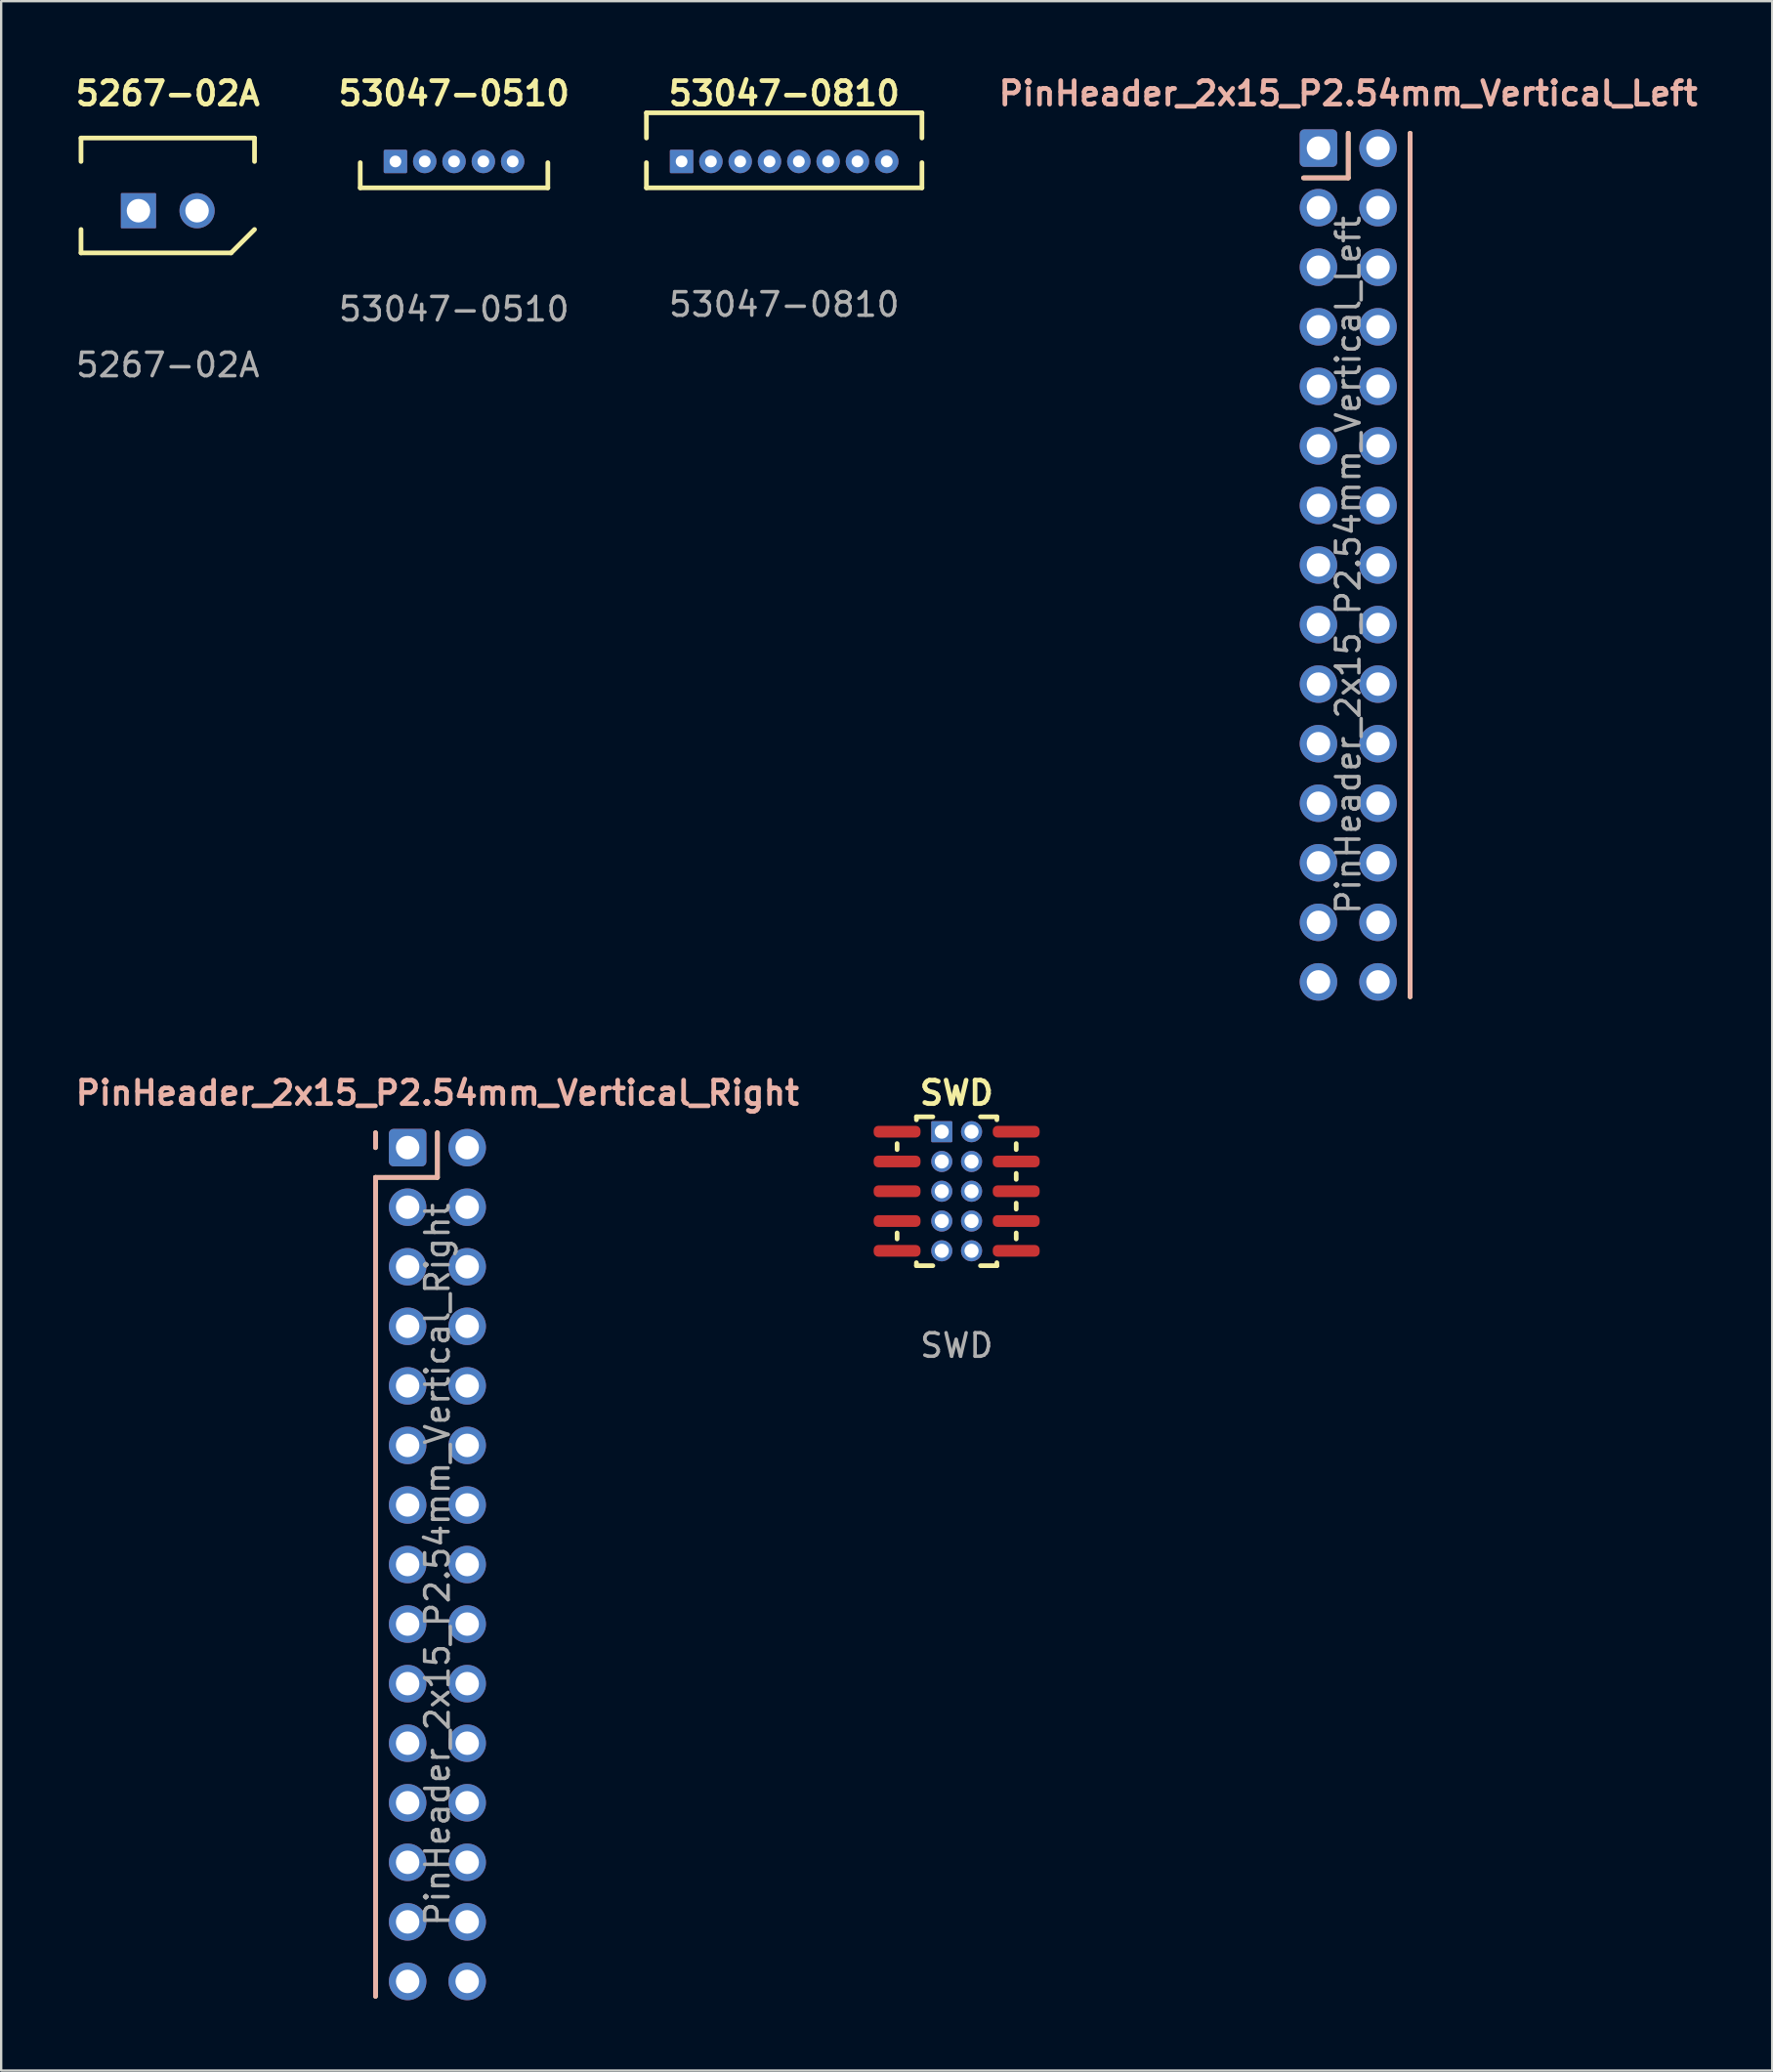
<source format=kicad_pcb>
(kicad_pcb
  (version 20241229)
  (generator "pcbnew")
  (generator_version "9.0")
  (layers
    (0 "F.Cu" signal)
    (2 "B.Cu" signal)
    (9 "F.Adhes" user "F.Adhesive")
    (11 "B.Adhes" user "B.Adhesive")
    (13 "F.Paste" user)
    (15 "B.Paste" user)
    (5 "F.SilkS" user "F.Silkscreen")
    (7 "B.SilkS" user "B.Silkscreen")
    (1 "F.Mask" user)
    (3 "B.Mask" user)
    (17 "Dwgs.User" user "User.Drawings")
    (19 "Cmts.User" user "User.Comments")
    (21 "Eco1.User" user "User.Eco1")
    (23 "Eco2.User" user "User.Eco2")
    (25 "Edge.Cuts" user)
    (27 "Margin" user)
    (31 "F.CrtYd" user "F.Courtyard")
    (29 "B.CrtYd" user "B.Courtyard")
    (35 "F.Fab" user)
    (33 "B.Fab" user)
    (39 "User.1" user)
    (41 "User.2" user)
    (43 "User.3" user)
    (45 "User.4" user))
  (footprint "5267-02A"
    (layer "F.Cu")
    (at 4.105 5.936)
    (property "Reference" "5267-02A" (at 0 -5 0) (unlocked yes) (layer "F.SilkS") (effects (font (size 1 1) (thickness 0.2) (bold yes))))
    (attr smd)
    (fp_line (start -3.7 -3.1) (end 3.7 -3.1) (stroke (width 0.2) (type default)) (layer "F.SilkS"))
    (fp_line (start -3.7 -2.1) (end -3.7 -3.1) (stroke (width 0.2) (type default)) (layer "F.SilkS"))
    (fp_line (start -3.7 1.8) (end -3.7 0.8) (stroke (width 0.2) (type default)) (layer "F.SilkS"))
    (fp_line (start -3.7 1.8) (end 2.7 1.8) (stroke (width 0.2) (type default)) (layer "F.SilkS"))
    (fp_line (start 3.7 -3.1) (end 3.7 -2.1) (stroke (width 0.2) (type default)) (layer "F.SilkS"))
    (fp_line (start 3.7 0.8) (end 2.7 1.8) (stroke (width 0.2) (type default)) (layer "F.SilkS"))
    (fp_text user "${REFERENCE}" (at 0 6.58 0) (unlocked yes) (layer "F.Fab") (effects (font (size 1 1) (thickness 0.15))))
    (pad "1" thru_hole roundrect (at -1.25 0) (size 1.5 1.5) (drill 1) (layers "*.Cu" "B.Mask") (roundrect_rratio 0.025))
    (pad "2" thru_hole circle (at 1.25 0) (size 1.5 1.5) (drill 1) (layers "*.Cu" "B.Mask")))
  (footprint "SWD"
    (layer "F.Cu")
    (at 37.75 47.753)
    (property "Reference" "SWD" (at 0 -4.191 0) (unlocked yes) (layer "F.SilkS") (effects (font (size 1 1) (thickness 0.2) (bold yes))))
    (attr through_hole)
    (fp_line (start -2.54 -2.032) (end -2.54 -1.778) (stroke (width 0.2) (type default)) (layer "F.SilkS"))
    (fp_line (start -2.54 1.778) (end -2.54 2.032) (stroke (width 0.2) (type default)) (layer "F.SilkS"))
    (fp_line (start -1.715 -3.175) (end -1.715 -3.048) (stroke (width 0.2) (type default)) (layer "F.SilkS"))
    (fp_line (start -1.715 3.175) (end -1.715 3.048) (stroke (width 0.2) (type default)) (layer "F.SilkS"))
    (fp_line (start -1.715 3.175) (end -1.016 3.175) (stroke (width 0.2) (type default)) (layer "F.SilkS"))
    (fp_line (start -1.016 -3.175) (end -1.715 -3.175) (stroke (width 0.2) (type default)) (layer "F.SilkS"))
    (fp_line (start 1.016 3.175) (end 1.715 3.175) (stroke (width 0.2) (type default)) (layer "F.SilkS"))
    (fp_line (start 1.715 -3.175) (end 1.016 -3.175) (stroke (width 0.2) (type default)) (layer "F.SilkS"))
    (fp_line (start 1.715 -3.175) (end 1.715 -3.048) (stroke (width 0.2) (type default)) (layer "F.SilkS"))
    (fp_line (start 1.715 3.175) (end 1.715 3.048) (stroke (width 0.2) (type default)) (layer "F.SilkS"))
    (fp_line (start 2.54 -2.032) (end 2.54 -1.778) (stroke (width 0.2) (type default)) (layer "F.SilkS"))
    (fp_line (start 2.54 -0.762) (end 2.54 -0.508) (stroke (width 0.2) (type default)) (layer "F.SilkS"))
    (fp_line (start 2.54 0.508) (end 2.54 0.762) (stroke (width 0.2) (type default)) (layer "F.SilkS"))
    (fp_line (start 2.54 1.778) (end 2.54 2.032) (stroke (width 0.2) (type default)) (layer "F.SilkS"))
    (fp_text user "${REFERENCE}" (at 0 6.58 0) (unlocked yes) (layer "F.Fab") (effects (font (size 1 1) (thickness 0.15))))
    (pad "1" smd roundrect (at -2.54 -2.54 180) (size 2 0.5) (layers "F.Cu" "F.Mask" "F.Paste") (roundrect_rratio 0.4))
    (pad "1" thru_hole roundrect (at -0.635 -2.54) (size 0.9 0.9) (drill 0.6) (layers "*.Cu" "*.Mask") (roundrect_rratio 0.05))
    (pad "2" thru_hole circle (at 0.635 -2.54) (size 0.9 0.9) (drill 0.6) (layers "*.Cu" "*.Mask"))
    (pad "2" smd roundrect (at 2.54 -2.54) (size 2 0.5) (layers "F.Cu" "F.Mask" "F.Paste") (roundrect_rratio 0.4))
    (pad "3" smd roundrect (at -2.54 -1.27 180) (size 2 0.5) (layers "F.Cu" "F.Mask" "F.Paste") (roundrect_rratio 0.4))
    (pad "3" thru_hole circle (at -0.635 -1.27) (size 0.9 0.9) (drill 0.6) (layers "*.Cu" "*.Mask"))
    (pad "4" thru_hole circle (at 0.635 -1.27) (size 0.9 0.9) (drill 0.6) (layers "*.Cu" "*.Mask"))
    (pad "4" smd roundrect (at 2.54 -1.27) (size 2 0.5) (layers "F.Cu" "F.Mask" "F.Paste") (roundrect_rratio 0.4))
    (pad "5" smd roundrect (at -2.54 0 180) (size 2 0.5) (layers "F.Cu" "F.Mask" "F.Paste") (roundrect_rratio 0.4))
    (pad "5" thru_hole circle (at -0.635 0) (size 0.9 0.9) (drill 0.6) (layers "*.Cu" "*.Mask"))
    (pad "6" thru_hole circle (at 0.635 0) (size 0.9 0.9) (drill 0.6) (layers "*.Cu" "*.Mask"))
    (pad "6" smd roundrect (at 2.54 0) (size 2 0.5) (layers "F.Cu" "F.Mask" "F.Paste") (roundrect_rratio 0.4))
    (pad "7" smd roundrect (at -2.54 1.27 180) (size 2 0.5) (layers "F.Cu" "F.Mask" "F.Paste") (roundrect_rratio 0.4))
    (pad "7" thru_hole circle (at -0.635 1.27) (size 0.9 0.9) (drill 0.6) (layers "*.Cu" "*.Mask"))
    (pad "8" thru_hole circle (at 0.635 1.27) (size 0.9 0.9) (drill 0.6) (layers "*.Cu" "*.Mask"))
    (pad "8" smd roundrect (at 2.54 1.27) (size 2 0.5) (layers "F.Cu" "F.Mask" "F.Paste") (roundrect_rratio 0.4))
    (pad "9" smd roundrect (at -2.54 2.54 180) (size 2 0.5) (layers "F.Cu" "F.Mask" "F.Paste") (roundrect_rratio 0.4))
    (pad "9" thru_hole circle (at -0.635 2.54) (size 0.9 0.9) (drill 0.6) (layers "*.Cu" "*.Mask"))
    (pad "10" thru_hole circle (at 0.635 2.54) (size 0.9 0.9) (drill 0.6) (layers "*.Cu" "*.Mask"))
    (pad "10" smd roundrect (at 2.54 2.54) (size 2 0.5) (layers "F.Cu" "F.Mask" "F.Paste") (roundrect_rratio 0.4)))
  (footprint "53047-0810"
    (layer "F.Cu")
    (at 30.394 3.836)
    (property "Reference" "53047-0810" (at 0 -2.9 0) (unlocked yes) (layer "F.SilkS") (effects (font (size 1 1) (thickness 0.2) (bold yes))))
    (attr smd)
    (fp_line (start -5.875 -2.075) (end -5.875 -1) (stroke (width 0.2) (type default)) (layer "F.SilkS"))
    (fp_line (start -5.875 -2.075) (end 5.875 -2.075) (stroke (width 0.2) (type default)) (layer "F.SilkS"))
    (fp_line (start -5.875 0.05) (end -5.875 1.125) (stroke (width 0.2) (type default)) (layer "F.SilkS"))
    (fp_line (start -5.875 1.125) (end 5.875 1.125) (stroke (width 0.2) (type default)) (layer "F.SilkS"))
    (fp_line (start 5.875 -2.075) (end 5.875 -1) (stroke (width 0.2) (type default)) (layer "F.SilkS"))
    (fp_line (start 5.875 0.05) (end 5.875 1.125) (stroke (width 0.2) (type default)) (layer "F.SilkS"))
    (fp_text user "${REFERENCE}" (at 0 6.1 0) (unlocked yes) (layer "F.Fab") (effects (font (size 1 1) (thickness 0.15))))
    (pad "1" thru_hole roundrect (at -4.375 0) (size 1 1) (drill 0.5) (layers "*.Cu" "*.Mask") (roundrect_rratio 0.05))
    (pad "2" thru_hole circle (at -3.125 0) (size 1 1) (drill 0.5) (layers "*.Cu" "*.Mask"))
    (pad "3" thru_hole circle (at -1.875 0) (size 1 1) (drill 0.5) (layers "*.Cu" "*.Mask"))
    (pad "4" thru_hole circle (at -0.625 0) (size 1 1) (drill 0.5) (layers "*.Cu" "*.Mask"))
    (pad "5" thru_hole circle (at 0.625 0) (size 1 1) (drill 0.5) (layers "*.Cu" "*.Mask"))
    (pad "6" thru_hole circle (at 1.875 0) (size 1 1) (drill 0.5) (layers "*.Cu" "*.Mask"))
    (pad "7" thru_hole circle (at 3.125 0) (size 1 1) (drill 0.5) (layers "*.Cu" "*.Mask"))
    (pad "8" thru_hole circle (at 4.375 0) (size 1 1) (drill 0.5) (layers "*.Cu" "*.Mask")))
  (footprint "53047-0510"
    (layer "F.Cu")
    (at 16.314 3.836)
    (property "Reference" "53047-0510" (at 0 -2.9 0) (unlocked yes) (layer "F.SilkS") (effects (font (size 1 1) (thickness 0.2) (bold yes))))
    (attr smd)
    (fp_line (start -4 0.05) (end -4 1.125) (stroke (width 0.2) (type default)) (layer "F.SilkS"))
    (fp_line (start -4 1.125) (end 4 1.125) (stroke (width 0.2) (type default)) (layer "F.SilkS"))
    (fp_line (start 4 0.05) (end 4 1.125) (stroke (width 0.2) (type default)) (layer "F.SilkS"))
    (fp_text user "${REFERENCE}" (at 0 6.3 0) (unlocked yes) (layer "F.Fab") (effects (font (size 1 1) (thickness 0.15))))
    (pad "1" thru_hole roundrect (at -2.5 0) (size 1 1) (drill 0.5) (layers "*.Cu" "*.Mask") (roundrect_rratio 0.062))
    (pad "2" thru_hole circle (at -1.25 0) (size 1 1) (drill 0.5) (layers "*.Cu" "*.Mask"))
    (pad "3" thru_hole circle (at 0 0) (size 1 1) (drill 0.5) (layers "*.Cu" "*.Mask"))
    (pad "4" thru_hole circle (at 1.25 0) (size 1 1) (drill 0.5) (layers "*.Cu" "*.Mask"))
    (pad "5" thru_hole circle (at 2.5 0) (size 1 1) (drill 0.5) (layers "*.Cu" "*.Mask")))
  (footprint "PinHeader_2x15_P2.54mm_Vertical_Right"
    (layer "F.Cu")
    (at 14.335 45.892)
    (property "Reference" "PinHeader_2x15_P2.54mm_Vertical_Right" (at 1.27 -2.33 0) (layer "B.SilkS") (effects (font (size 1 1) (thickness 0.2) (bold yes))))
    (attr through_hole)
    (fp_line (start -1.37 0) (end -1.37 -0.635) (stroke (width 0.2) (type solid)) (layer "F.SilkS"))
    (fp_line (start -1.37 1.27) (end -1.37 36.195) (stroke (width 0.2) (type solid)) (layer "F.SilkS"))
    (fp_line (start -1.37 1.27) (end 1.27 1.27) (stroke (width 0.2) (type solid)) (layer "F.SilkS"))
    (fp_line (start 1.27 1.27) (end 1.27 -0.635) (stroke (width 0.2) (type solid)) (layer "F.SilkS"))
    (fp_line (start -1.37 0) (end -1.37 -0.635) (stroke (width 0.2) (type solid)) (layer "B.SilkS"))
    (fp_line (start -1.37 1.27) (end -1.37 36.195) (stroke (width 0.2) (type solid)) (layer "B.SilkS"))
    (fp_line (start -1.37 1.27) (end 1.27 1.27) (stroke (width 0.2) (type solid)) (layer "B.SilkS"))
    (fp_line (start 1.27 1.27) (end 1.27 -0.635) (stroke (width 0.2) (type solid)) (layer "B.SilkS"))
    (fp_text user "${REFERENCE}" (at 1.27 17.78 90) (layer "F.Fab") (effects (font (size 1 1) (thickness 0.15))))
    (pad "1" thru_hole roundrect (at 0 0) (size 1.6 1.6) (drill 1) (layers "*.Cu" "*.Mask") (roundrect_rratio 0.125))
    (pad "2" thru_hole oval (at 2.54 0) (size 1.6 1.6) (drill 1) (layers "*.Cu" "*.Mask"))
    (pad "3" thru_hole oval (at 0 2.54) (size 1.6 1.6) (drill 1) (layers "*.Cu" "*.Mask"))
    (pad "4" thru_hole oval (at 2.54 2.54) (size 1.6 1.6) (drill 1) (layers "*.Cu" "*.Mask"))
    (pad "5" thru_hole oval (at 0 5.08) (size 1.6 1.6) (drill 1) (layers "*.Cu" "*.Mask"))
    (pad "6" thru_hole oval (at 2.54 5.08) (size 1.6 1.6) (drill 1) (layers "*.Cu" "*.Mask"))
    (pad "7" thru_hole oval (at 0 7.62) (size 1.6 1.6) (drill 1) (layers "*.Cu" "*.Mask"))
    (pad "8" thru_hole oval (at 2.54 7.62) (size 1.6 1.6) (drill 1) (layers "*.Cu" "*.Mask"))
    (pad "9" thru_hole oval (at 0 10.16) (size 1.6 1.6) (drill 1) (layers "*.Cu" "*.Mask"))
    (pad "10" thru_hole oval (at 2.54 10.16) (size 1.6 1.6) (drill 1) (layers "*.Cu" "*.Mask"))
    (pad "11" thru_hole oval (at 0 12.7) (size 1.6 1.6) (drill 1) (layers "*.Cu" "*.Mask"))
    (pad "12" thru_hole oval (at 2.54 12.7) (size 1.6 1.6) (drill 1) (layers "*.Cu" "*.Mask"))
    (pad "13" thru_hole oval (at 0 15.24) (size 1.6 1.6) (drill 1) (layers "*.Cu" "*.Mask"))
    (pad "14" thru_hole oval (at 2.54 15.24) (size 1.6 1.6) (drill 1) (layers "*.Cu" "*.Mask"))
    (pad "15" thru_hole oval (at 0 17.78) (size 1.6 1.6) (drill 1) (layers "*.Cu" "*.Mask"))
    (pad "16" thru_hole oval (at 2.54 17.78) (size 1.6 1.6) (drill 1) (layers "*.Cu" "*.Mask"))
    (pad "17" thru_hole oval (at 0 20.32) (size 1.6 1.6) (drill 1) (layers "*.Cu" "*.Mask"))
    (pad "18" thru_hole oval (at 2.54 20.32) (size 1.6 1.6) (drill 1) (layers "*.Cu" "*.Mask"))
    (pad "19" thru_hole oval (at 0 22.86) (size 1.6 1.6) (drill 1) (layers "*.Cu" "*.Mask"))
    (pad "20" thru_hole oval (at 2.54 22.86) (size 1.6 1.6) (drill 1) (layers "*.Cu" "*.Mask"))
    (pad "21" thru_hole oval (at 0 25.4) (size 1.6 1.6) (drill 1) (layers "*.Cu" "*.Mask"))
    (pad "22" thru_hole oval (at 2.54 25.4) (size 1.6 1.6) (drill 1) (layers "*.Cu" "*.Mask"))
    (pad "23" thru_hole oval (at 0 27.94) (size 1.6 1.6) (drill 1) (layers "*.Cu" "*.Mask"))
    (pad "24" thru_hole oval (at 2.54 27.94) (size 1.6 1.6) (drill 1) (layers "*.Cu" "*.Mask"))
    (pad "25" thru_hole oval (at 0 30.48) (size 1.6 1.6) (drill 1) (layers "*.Cu" "*.Mask"))
    (pad "26" thru_hole oval (at 2.54 30.48) (size 1.6 1.6) (drill 1) (layers "*.Cu" "*.Mask"))
    (pad "27" thru_hole oval (at 0 33.02) (size 1.6 1.6) (drill 1) (layers "*.Cu" "*.Mask"))
    (pad "28" thru_hole oval (at 2.54 33.02) (size 1.6 1.6) (drill 1) (layers "*.Cu" "*.Mask"))
    (pad "29" thru_hole oval (at 0 35.56) (size 1.6 1.6) (drill 1) (layers "*.Cu" "*.Mask"))
    (pad "30" thru_hole oval (at 2.54 35.56) (size 1.6 1.6) (drill 1) (layers "*.Cu" "*.Mask")))
  (footprint "PinHeader_2x15_P2.54mm_Vertical_Left"
    (layer "F.Cu")
    (at 53.18 3.266)
    (property "Reference" "PinHeader_2x15_P2.54mm_Vertical_Left" (at 1.27 -2.33 0) (layer "B.SilkS") (effects (font (size 1 1) (thickness 0.2) (bold yes))))
    (attr through_hole)
    (fp_line (start -0.635 1.27) (end 1.27 1.27) (stroke (width 0.2) (type solid)) (layer "F.SilkS"))
    (fp_line (start 1.27 1.27) (end 1.27 -0.635) (stroke (width 0.2) (type solid)) (layer "F.SilkS"))
    (fp_line (start 3.91 -0.635) (end 3.91 36.195) (stroke (width 0.2) (type solid)) (layer "F.SilkS"))
    (fp_line (start -0.635 1.27) (end 1.27 1.27) (stroke (width 0.2) (type solid)) (layer "B.SilkS"))
    (fp_line (start 1.27 1.27) (end 1.27 -0.635) (stroke (width 0.2) (type solid)) (layer "B.SilkS"))
    (fp_line (start 3.91 -0.635) (end 3.91 36.195) (stroke (width 0.2) (type solid)) (layer "B.SilkS"))
    (fp_text user "${REFERENCE}" (at 1.27 17.78 90) (layer "F.Fab") (effects (font (size 1 1) (thickness 0.15))))
    (pad "1" thru_hole roundrect (at 0 0) (size 1.6 1.6) (drill 1) (layers "*.Cu" "*.Mask") (roundrect_rratio 0.125))
    (pad "2" thru_hole oval (at 2.54 0) (size 1.6 1.6) (drill 1) (layers "*.Cu" "*.Mask"))
    (pad "3" thru_hole oval (at 0 2.54) (size 1.6 1.6) (drill 1) (layers "*.Cu" "*.Mask"))
    (pad "4" thru_hole oval (at 2.54 2.54) (size 1.6 1.6) (drill 1) (layers "*.Cu" "*.Mask"))
    (pad "5" thru_hole oval (at 0 5.08) (size 1.6 1.6) (drill 1) (layers "*.Cu" "*.Mask"))
    (pad "6" thru_hole oval (at 2.54 5.08) (size 1.6 1.6) (drill 1) (layers "*.Cu" "*.Mask"))
    (pad "7" thru_hole oval (at 0 7.62) (size 1.6 1.6) (drill 1) (layers "*.Cu" "*.Mask"))
    (pad "8" thru_hole oval (at 2.54 7.62) (size 1.6 1.6) (drill 1) (layers "*.Cu" "*.Mask"))
    (pad "9" thru_hole oval (at 0 10.16) (size 1.6 1.6) (drill 1) (layers "*.Cu" "*.Mask"))
    (pad "10" thru_hole oval (at 2.54 10.16) (size 1.6 1.6) (drill 1) (layers "*.Cu" "*.Mask"))
    (pad "11" thru_hole oval (at 0 12.7) (size 1.6 1.6) (drill 1) (layers "*.Cu" "*.Mask"))
    (pad "12" thru_hole oval (at 2.54 12.7) (size 1.6 1.6) (drill 1) (layers "*.Cu" "*.Mask"))
    (pad "13" thru_hole oval (at 0 15.24) (size 1.6 1.6) (drill 1) (layers "*.Cu" "*.Mask"))
    (pad "14" thru_hole oval (at 2.54 15.24) (size 1.6 1.6) (drill 1) (layers "*.Cu" "*.Mask"))
    (pad "15" thru_hole oval (at 0 17.78) (size 1.6 1.6) (drill 1) (layers "*.Cu" "*.Mask"))
    (pad "16" thru_hole oval (at 2.54 17.78) (size 1.6 1.6) (drill 1) (layers "*.Cu" "*.Mask"))
    (pad "17" thru_hole oval (at 0 20.32) (size 1.6 1.6) (drill 1) (layers "*.Cu" "*.Mask"))
    (pad "18" thru_hole oval (at 2.54 20.32) (size 1.6 1.6) (drill 1) (layers "*.Cu" "*.Mask"))
    (pad "19" thru_hole oval (at 0 22.86) (size 1.6 1.6) (drill 1) (layers "*.Cu" "*.Mask"))
    (pad "20" thru_hole oval (at 2.54 22.86) (size 1.6 1.6) (drill 1) (layers "*.Cu" "*.Mask"))
    (pad "21" thru_hole oval (at 0 25.4) (size 1.6 1.6) (drill 1) (layers "*.Cu" "*.Mask"))
    (pad "22" thru_hole oval (at 2.54 25.4) (size 1.6 1.6) (drill 1) (layers "*.Cu" "*.Mask"))
    (pad "23" thru_hole oval (at 0 27.94) (size 1.6 1.6) (drill 1) (layers "*.Cu" "*.Mask"))
    (pad "24" thru_hole oval (at 2.54 27.94) (size 1.6 1.6) (drill 1) (layers "*.Cu" "*.Mask"))
    (pad "25" thru_hole oval (at 0 30.48) (size 1.6 1.6) (drill 1) (layers "*.Cu" "*.Mask"))
    (pad "26" thru_hole oval (at 2.54 30.48) (size 1.6 1.6) (drill 1) (layers "*.Cu" "*.Mask"))
    (pad "27" thru_hole oval (at 0 33.02) (size 1.6 1.6) (drill 1) (layers "*.Cu" "*.Mask"))
    (pad "28" thru_hole oval (at 2.54 33.02) (size 1.6 1.6) (drill 1) (layers "*.Cu" "*.Mask"))
    (pad "29" thru_hole oval (at 0 35.56) (size 1.6 1.6) (drill 1) (layers "*.Cu" "*.Mask"))
    (pad "30" thru_hole oval (at 2.54 35.56) (size 1.6 1.6) (drill 1) (layers "*.Cu" "*.Mask")))
  (gr_rect
    (start -3 -3)
    (end 72.531 85.252)
    (stroke (width 0.1) (type default))
    (fill no)
    (layer "Edge.Cuts")))
</source>
